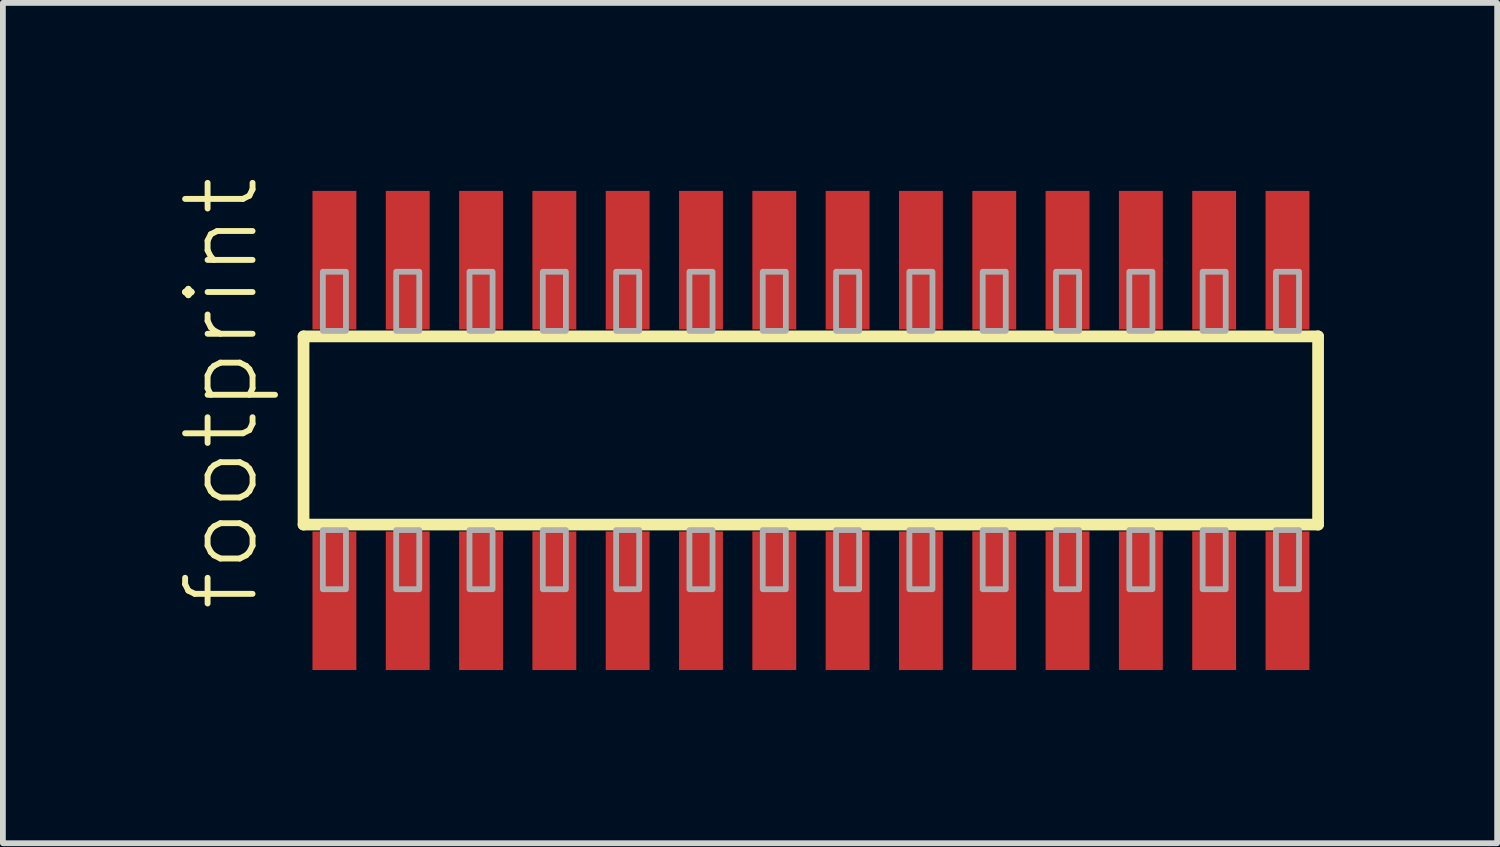
<source format=kicad_pcb>
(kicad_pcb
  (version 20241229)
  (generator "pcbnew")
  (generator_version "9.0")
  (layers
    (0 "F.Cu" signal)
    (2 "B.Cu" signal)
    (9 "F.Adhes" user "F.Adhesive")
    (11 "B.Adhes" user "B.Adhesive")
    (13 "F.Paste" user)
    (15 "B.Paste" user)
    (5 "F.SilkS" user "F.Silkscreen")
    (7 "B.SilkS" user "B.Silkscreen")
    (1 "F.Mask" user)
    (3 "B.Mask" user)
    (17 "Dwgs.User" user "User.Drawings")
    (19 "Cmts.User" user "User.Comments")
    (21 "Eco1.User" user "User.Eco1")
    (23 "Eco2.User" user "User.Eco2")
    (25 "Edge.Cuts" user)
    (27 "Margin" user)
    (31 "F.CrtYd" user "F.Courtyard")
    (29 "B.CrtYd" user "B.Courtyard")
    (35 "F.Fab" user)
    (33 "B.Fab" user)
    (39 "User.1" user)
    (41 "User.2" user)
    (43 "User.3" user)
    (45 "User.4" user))
  (footprint "footprint"
    (layer "F.Cu")
    (at 10.998 4.407)
    (property "Reference" "footprint" (at -9.525 3.175 90) (layer "F.SilkS") (effects (font (size 1.168 1.168) (thickness 0.102)) (justify left bottom)))
    (fp_line (start -8.79 -1.63) (end 8.785 -1.63) (stroke (width 0.203) (type solid)) (layer "F.SilkS"))
    (fp_line (start -8.79 1.63) (end -8.79 -1.63) (stroke (width 0.203) (type solid)) (layer "F.SilkS"))
    (fp_line (start 8.785 -1.63) (end 8.785 1.63) (stroke (width 0.203) (type solid)) (layer "F.SilkS"))
    (fp_line (start 8.785 1.63) (end -8.79 1.63) (stroke (width 0.203) (type solid)) (layer "F.SilkS"))
    (fp_poly (pts (xy -8.455 -1.725) (xy -8.055 -1.725) (xy -8.055 -2.75) (xy -8.455 -2.75)) (stroke (width 0.1) (type solid)) (fill no) (layer "F.Fab"))
    (fp_poly (pts (xy -8.055 1.725) (xy -8.455 1.725) (xy -8.455 2.75) (xy -8.055 2.75)) (stroke (width 0.1) (type solid)) (fill no) (layer "F.Fab"))
    (fp_poly (pts (xy -7.185 -1.725) (xy -6.785 -1.725) (xy -6.785 -2.75) (xy -7.185 -2.75)) (stroke (width 0.1) (type solid)) (fill no) (layer "F.Fab"))
    (fp_poly (pts (xy -6.785 1.725) (xy -7.185 1.725) (xy -7.185 2.75) (xy -6.785 2.75)) (stroke (width 0.1) (type solid)) (fill no) (layer "F.Fab"))
    (fp_poly (pts (xy -5.915 -1.725) (xy -5.515 -1.725) (xy -5.515 -2.75) (xy -5.915 -2.75)) (stroke (width 0.1) (type solid)) (fill no) (layer "F.Fab"))
    (fp_poly (pts (xy -5.515 1.725) (xy -5.915 1.725) (xy -5.915 2.75) (xy -5.515 2.75)) (stroke (width 0.1) (type solid)) (fill no) (layer "F.Fab"))
    (fp_poly (pts (xy -4.645 -1.725) (xy -4.245 -1.725) (xy -4.245 -2.75) (xy -4.645 -2.75)) (stroke (width 0.1) (type solid)) (fill no) (layer "F.Fab"))
    (fp_poly (pts (xy -4.245 1.725) (xy -4.645 1.725) (xy -4.645 2.75) (xy -4.245 2.75)) (stroke (width 0.1) (type solid)) (fill no) (layer "F.Fab"))
    (fp_poly (pts (xy -3.375 -1.725) (xy -2.975 -1.725) (xy -2.975 -2.75) (xy -3.375 -2.75)) (stroke (width 0.1) (type solid)) (fill no) (layer "F.Fab"))
    (fp_poly (pts (xy -2.975 1.725) (xy -3.375 1.725) (xy -3.375 2.75) (xy -2.975 2.75)) (stroke (width 0.1) (type solid)) (fill no) (layer "F.Fab"))
    (fp_poly (pts (xy -2.105 -1.725) (xy -1.705 -1.725) (xy -1.705 -2.75) (xy -2.105 -2.75)) (stroke (width 0.1) (type solid)) (fill no) (layer "F.Fab"))
    (fp_poly (pts (xy -1.705 1.725) (xy -2.105 1.725) (xy -2.105 2.75) (xy -1.705 2.75)) (stroke (width 0.1) (type solid)) (fill no) (layer "F.Fab"))
    (fp_poly (pts (xy -0.835 -1.725) (xy -0.435 -1.725) (xy -0.435 -2.75) (xy -0.835 -2.75)) (stroke (width 0.1) (type solid)) (fill no) (layer "F.Fab"))
    (fp_poly (pts (xy -0.435 1.725) (xy -0.835 1.725) (xy -0.835 2.75) (xy -0.435 2.75)) (stroke (width 0.1) (type solid)) (fill no) (layer "F.Fab"))
    (fp_poly (pts (xy 0.435 -1.725) (xy 0.835 -1.725) (xy 0.835 -2.75) (xy 0.435 -2.75)) (stroke (width 0.1) (type solid)) (fill no) (layer "F.Fab"))
    (fp_poly (pts (xy 0.835 1.725) (xy 0.435 1.725) (xy 0.435 2.75) (xy 0.835 2.75)) (stroke (width 0.1) (type solid)) (fill no) (layer "F.Fab"))
    (fp_poly (pts (xy 1.705 -1.725) (xy 2.105 -1.725) (xy 2.105 -2.75) (xy 1.705 -2.75)) (stroke (width 0.1) (type solid)) (fill no) (layer "F.Fab"))
    (fp_poly (pts (xy 2.105 1.725) (xy 1.705 1.725) (xy 1.705 2.75) (xy 2.105 2.75)) (stroke (width 0.1) (type solid)) (fill no) (layer "F.Fab"))
    (fp_poly (pts (xy 2.975 -1.725) (xy 3.375 -1.725) (xy 3.375 -2.75) (xy 2.975 -2.75)) (stroke (width 0.1) (type solid)) (fill no) (layer "F.Fab"))
    (fp_poly (pts (xy 3.375 1.725) (xy 2.975 1.725) (xy 2.975 2.75) (xy 3.375 2.75)) (stroke (width 0.1) (type solid)) (fill no) (layer "F.Fab"))
    (fp_poly (pts (xy 4.245 -1.725) (xy 4.645 -1.725) (xy 4.645 -2.75) (xy 4.245 -2.75)) (stroke (width 0.1) (type solid)) (fill no) (layer "F.Fab"))
    (fp_poly (pts (xy 4.645 1.725) (xy 4.245 1.725) (xy 4.245 2.75) (xy 4.645 2.75)) (stroke (width 0.1) (type solid)) (fill no) (layer "F.Fab"))
    (fp_poly (pts (xy 5.515 -1.725) (xy 5.915 -1.725) (xy 5.915 -2.75) (xy 5.515 -2.75)) (stroke (width 0.1) (type solid)) (fill no) (layer "F.Fab"))
    (fp_poly (pts (xy 5.915 1.725) (xy 5.515 1.725) (xy 5.515 2.75) (xy 5.915 2.75)) (stroke (width 0.1) (type solid)) (fill no) (layer "F.Fab"))
    (fp_poly (pts (xy 6.785 -1.725) (xy 7.185 -1.725) (xy 7.185 -2.75) (xy 6.785 -2.75)) (stroke (width 0.1) (type solid)) (fill no) (layer "F.Fab"))
    (fp_poly (pts (xy 7.185 1.725) (xy 6.785 1.725) (xy 6.785 2.75) (xy 7.185 2.75)) (stroke (width 0.1) (type solid)) (fill no) (layer "F.Fab"))
    (fp_poly (pts (xy 8.055 -1.725) (xy 8.455 -1.725) (xy 8.455 -2.75) (xy 8.055 -2.75)) (stroke (width 0.1) (type solid)) (fill no) (layer "F.Fab"))
    (fp_poly (pts (xy 8.455 1.725) (xy 8.055 1.725) (xy 8.055 2.75) (xy 8.455 2.75)) (stroke (width 0.1) (type solid)) (fill no) (layer "F.Fab"))
    (pad "1" smd rect (at -8.255 2.95) (size 0.76 2.4) (layers "F.Cu" "F.Mask" "F.Paste"))
    (pad "2" smd rect (at -8.255 -2.95) (size 0.76 2.4) (layers "F.Cu" "F.Mask" "F.Paste"))
    (pad "3" smd rect (at -6.985 2.95) (size 0.76 2.4) (layers "F.Cu" "F.Mask" "F.Paste"))
    (pad "4" smd rect (at -6.985 -2.95) (size 0.76 2.4) (layers "F.Cu" "F.Mask" "F.Paste"))
    (pad "5" smd rect (at -5.715 2.95) (size 0.76 2.4) (layers "F.Cu" "F.Mask" "F.Paste"))
    (pad "6" smd rect (at -5.715 -2.95) (size 0.76 2.4) (layers "F.Cu" "F.Mask" "F.Paste"))
    (pad "7" smd rect (at -4.445 2.95) (size 0.76 2.4) (layers "F.Cu" "F.Mask" "F.Paste"))
    (pad "8" smd rect (at -4.445 -2.95) (size 0.76 2.4) (layers "F.Cu" "F.Mask" "F.Paste"))
    (pad "9" smd rect (at -3.175 2.95) (size 0.76 2.4) (layers "F.Cu" "F.Mask" "F.Paste"))
    (pad "10" smd rect (at -3.175 -2.95) (size 0.76 2.4) (layers "F.Cu" "F.Mask" "F.Paste"))
    (pad "11" smd rect (at -1.905 2.95) (size 0.76 2.4) (layers "F.Cu" "F.Mask" "F.Paste"))
    (pad "12" smd rect (at -1.905 -2.95) (size 0.76 2.4) (layers "F.Cu" "F.Mask" "F.Paste"))
    (pad "13" smd rect (at -0.635 2.95) (size 0.76 2.4) (layers "F.Cu" "F.Mask" "F.Paste"))
    (pad "14" smd rect (at -0.635 -2.95) (size 0.76 2.4) (layers "F.Cu" "F.Mask" "F.Paste"))
    (pad "15" smd rect (at 0.635 2.95) (size 0.76 2.4) (layers "F.Cu" "F.Mask" "F.Paste"))
    (pad "16" smd rect (at 0.635 -2.95) (size 0.76 2.4) (layers "F.Cu" "F.Mask" "F.Paste"))
    (pad "17" smd rect (at 1.905 2.95) (size 0.76 2.4) (layers "F.Cu" "F.Mask" "F.Paste"))
    (pad "18" smd rect (at 1.905 -2.95) (size 0.76 2.4) (layers "F.Cu" "F.Mask" "F.Paste"))
    (pad "19" smd rect (at 3.175 2.95) (size 0.76 2.4) (layers "F.Cu" "F.Mask" "F.Paste"))
    (pad "20" smd rect (at 3.175 -2.95) (size 0.76 2.4) (layers "F.Cu" "F.Mask" "F.Paste"))
    (pad "21" smd rect (at 4.445 2.95) (size 0.76 2.4) (layers "F.Cu" "F.Mask" "F.Paste"))
    (pad "22" smd rect (at 4.445 -2.95) (size 0.76 2.4) (layers "F.Cu" "F.Mask" "F.Paste"))
    (pad "23" smd rect (at 5.715 2.95) (size 0.76 2.4) (layers "F.Cu" "F.Mask" "F.Paste"))
    (pad "24" smd rect (at 5.715 -2.95) (size 0.76 2.4) (layers "F.Cu" "F.Mask" "F.Paste"))
    (pad "25" smd rect (at 6.985 2.95) (size 0.76 2.4) (layers "F.Cu" "F.Mask" "F.Paste"))
    (pad "26" smd rect (at 6.985 -2.95) (size 0.76 2.4) (layers "F.Cu" "F.Mask" "F.Paste"))
    (pad "27" smd rect (at 8.255 2.95) (size 0.76 2.4) (layers "F.Cu" "F.Mask" "F.Paste"))
    (pad "28" smd rect (at 8.255 -2.95) (size 0.76 2.4) (layers "F.Cu" "F.Mask" "F.Paste")))
  (gr_rect
    (start -3 -3)
    (end 22.885 11.557)
    (stroke (width 0.1) (type default))
    (fill no)
    (layer "Edge.Cuts")))
</source>
